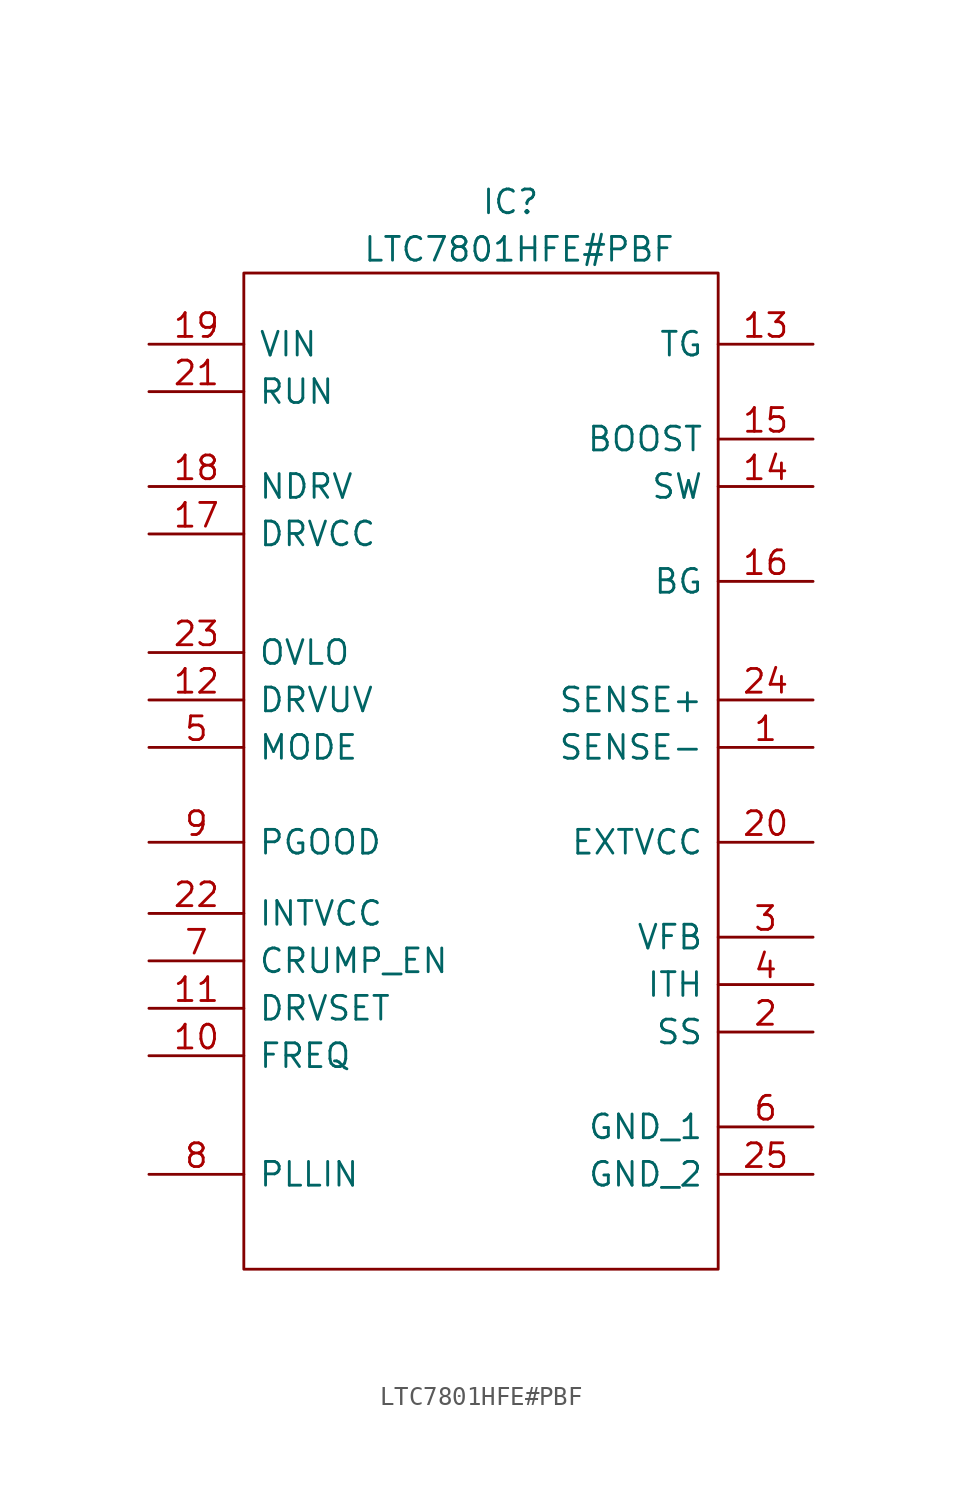
<source format=kicad_sym>
(kicad_symbol_lib
  (version 20211014)
  (generator kicad_symbol_editor)
  (symbol "LTC7801HFE#PBF"
    (pin_names
      (offset 0.762))
    (property "Reference" "IC"
      (at 17.78 6.35 0)
      (effects (font (size 1.27 1.27)) (justify left)))
    (property "Value" "LTC7801HFE#PBF"
      (at 11.43 3.81 0)
      (effects (font (size 1.27 1.27)) (justify left)))
    (symbol "LTC7801HFE#PBF_0_0"
      (pin passive line (at 35.56 -22.86 180) (length 5.08) (name "SENSE-" (effects (font (size 1.27 1.27)))) (number "1" (effects (font (size 1.27 1.27)))))
      (pin passive line (at 0 -39.37 0) (length 5.08) (name "FREQ" (effects (font (size 1.27 1.27)))) (number "10" (effects (font (size 1.27 1.27)))))
      (pin passive line (at 0 -36.83 0) (length 5.08) (name "DRVSET" (effects (font (size 1.27 1.27)))) (number "11" (effects (font (size 1.27 1.27)))))
      (pin passive line (at 0 -20.32 0) (length 5.08) (name "DRVUV" (effects (font (size 1.27 1.27)))) (number "12" (effects (font (size 1.27 1.27)))))
      (pin passive line (at 35.56 -1.27 180) (length 5.08) (name "TG" (effects (font (size 1.27 1.27)))) (number "13" (effects (font (size 1.27 1.27)))))
      (pin passive line (at 35.56 -8.89 180) (length 5.08) (name "SW" (effects (font (size 1.27 1.27)))) (number "14" (effects (font (size 1.27 1.27)))))
      (pin passive line (at 35.56 -6.35 180) (length 5.08) (name "BOOST" (effects (font (size 1.27 1.27)))) (number "15" (effects (font (size 1.27 1.27)))))
      (pin passive line (at 35.56 -13.97 180) (length 5.08) (name "BG" (effects (font (size 1.27 1.27)))) (number "16" (effects (font (size 1.27 1.27)))))
      (pin passive line (at 0 -11.43 0) (length 5.08) (name "DRVCC" (effects (font (size 1.27 1.27)))) (number "17" (effects (font (size 1.27 1.27)))))
      (pin passive line (at 0 -8.89 0) (length 5.08) (name "NDRV" (effects (font (size 1.27 1.27)))) (number "18" (effects (font (size 1.27 1.27)))))
      (pin passive line (at 0 -1.27 0) (length 5.08) (name "VIN" (effects (font (size 1.27 1.27)))) (number "19" (effects (font (size 1.27 1.27)))))
      (pin passive line (at 35.56 -38.1 180) (length 5.08) (name "SS" (effects (font (size 1.27 1.27)))) (number "2" (effects (font (size 1.27 1.27)))))
      (pin passive line (at 35.56 -27.94 180) (length 5.08) (name "EXTVCC" (effects (font (size 1.27 1.27)))) (number "20" (effects (font (size 1.27 1.27)))))
      (pin passive line (at 0 -3.81 0) (length 5.08) (name "RUN" (effects (font (size 1.27 1.27)))) (number "21" (effects (font (size 1.27 1.27)))))
      (pin passive line (at 0 -31.75 0) (length 5.08) (name "INTVCC" (effects (font (size 1.27 1.27)))) (number "22" (effects (font (size 1.27 1.27)))))
      (pin passive line (at 0 -17.78 0) (length 5.08) (name "OVLO" (effects (font (size 1.27 1.27)))) (number "23" (effects (font (size 1.27 1.27)))))
      (pin passive line (at 35.56 -20.32 180) (length 5.08) (name "SENSE+" (effects (font (size 1.27 1.27)))) (number "24" (effects (font (size 1.27 1.27)))))
      (pin passive line (at 35.56 -45.72 180) (length 5.08) (name "GND_2" (effects (font (size 1.27 1.27)))) (number "25" (effects (font (size 1.27 1.27)))))
      (pin passive line (at 35.56 -33.02 180) (length 5.08) (name "VFB" (effects (font (size 1.27 1.27)))) (number "3" (effects (font (size 1.27 1.27)))))
      (pin passive line (at 35.56 -35.56 180) (length 5.08) (name "ITH" (effects (font (size 1.27 1.27)))) (number "4" (effects (font (size 1.27 1.27)))))
      (pin passive line (at 0 -22.86 0) (length 5.08) (name "MODE" (effects (font (size 1.27 1.27)))) (number "5" (effects (font (size 1.27 1.27)))))
      (pin passive line (at 35.56 -43.18 180) (length 5.08) (name "GND_1" (effects (font (size 1.27 1.27)))) (number "6" (effects (font (size 1.27 1.27)))))
      (pin passive line (at 0 -34.29 0) (length 5.08) (name "CRUMP_EN" (effects (font (size 1.27 1.27)))) (number "7" (effects (font (size 1.27 1.27)))))
      (pin passive line (at 0 -45.72 0) (length 5.08) (name "PLLIN" (effects (font (size 1.27 1.27)))) (number "8" (effects (font (size 1.27 1.27)))))
      (pin passive line (at 0 -27.94 0) (length 5.08) (name "PGOOD" (effects (font (size 1.27 1.27)))) (number "9" (effects (font (size 1.27 1.27))))))
    (symbol "LTC7801HFE#PBF_0_1"
      (polyline (pts (xy 5.08 2.54) (xy 30.48 2.54) (xy 30.48 -50.8) (xy 5.08 -50.8) (xy 5.08 2.54)) (stroke (width 0.152) (type default) (color 0 0 0 0)) (fill (type none))))))
</source>
